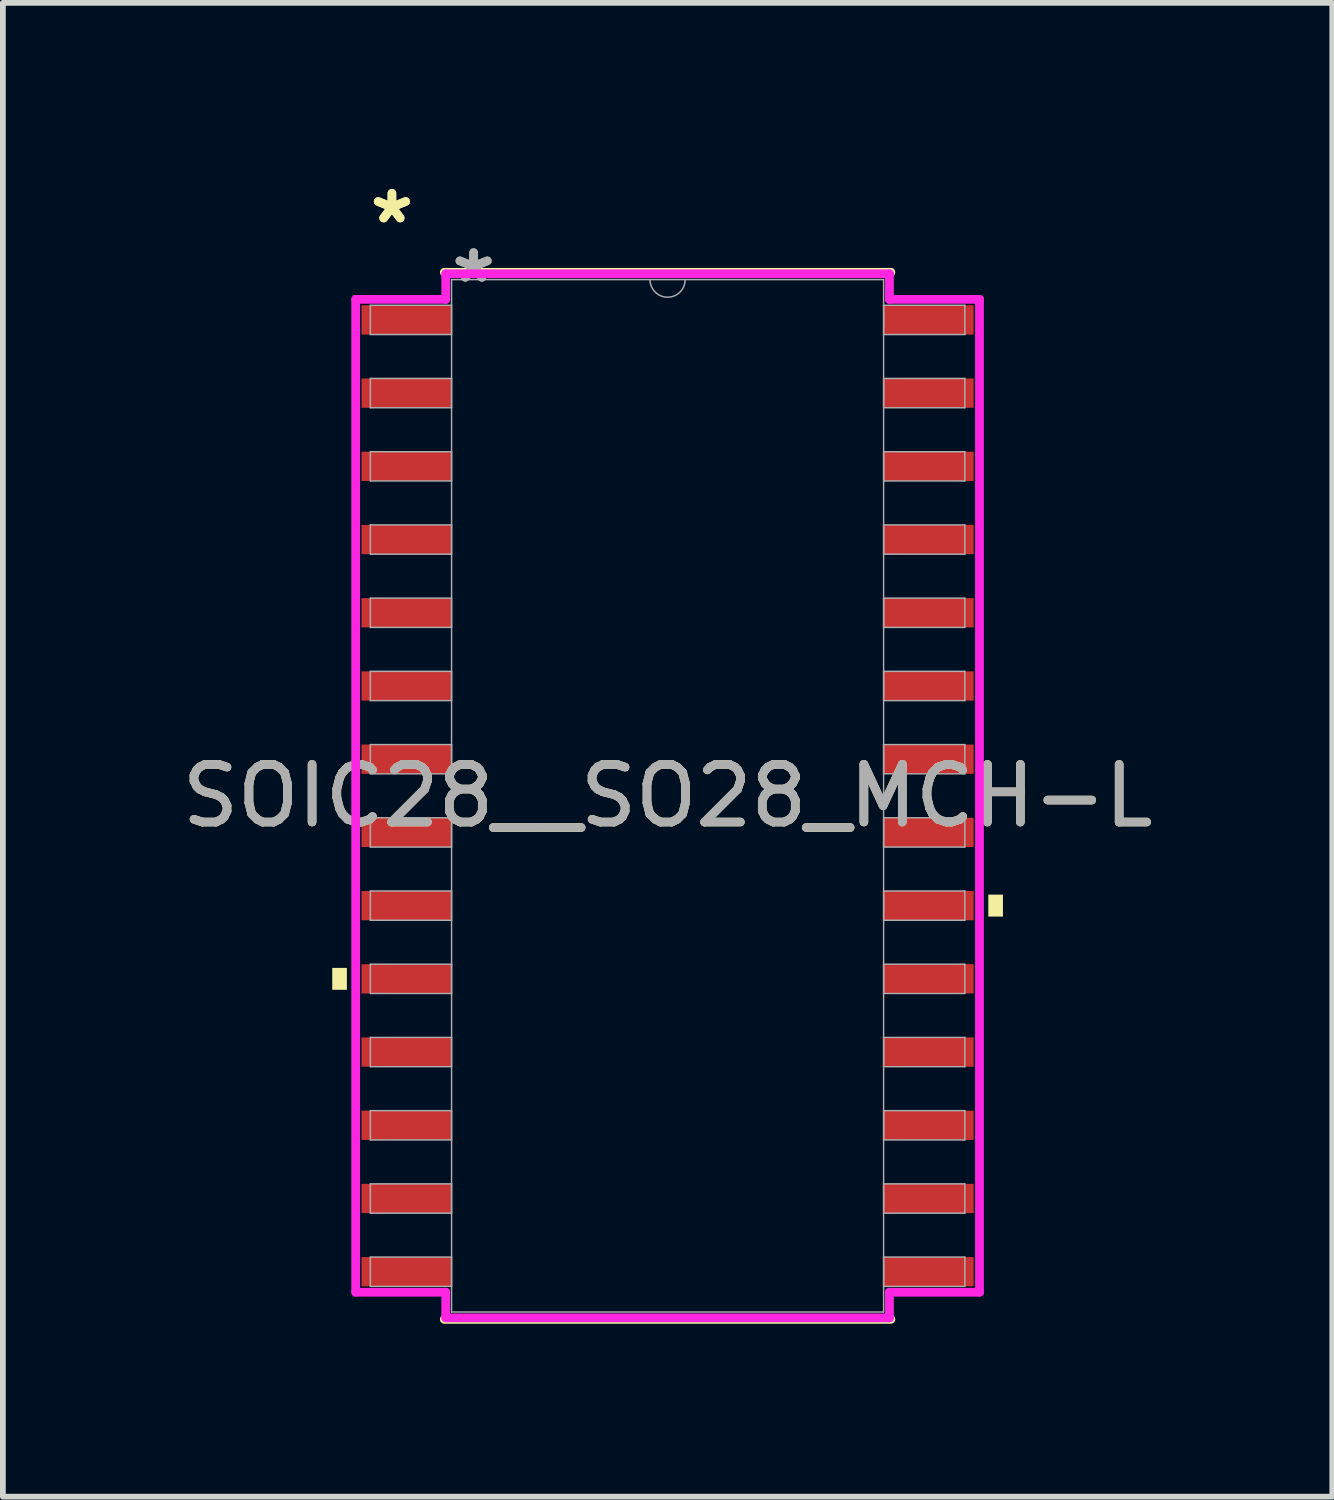
<source format=kicad_pcb>
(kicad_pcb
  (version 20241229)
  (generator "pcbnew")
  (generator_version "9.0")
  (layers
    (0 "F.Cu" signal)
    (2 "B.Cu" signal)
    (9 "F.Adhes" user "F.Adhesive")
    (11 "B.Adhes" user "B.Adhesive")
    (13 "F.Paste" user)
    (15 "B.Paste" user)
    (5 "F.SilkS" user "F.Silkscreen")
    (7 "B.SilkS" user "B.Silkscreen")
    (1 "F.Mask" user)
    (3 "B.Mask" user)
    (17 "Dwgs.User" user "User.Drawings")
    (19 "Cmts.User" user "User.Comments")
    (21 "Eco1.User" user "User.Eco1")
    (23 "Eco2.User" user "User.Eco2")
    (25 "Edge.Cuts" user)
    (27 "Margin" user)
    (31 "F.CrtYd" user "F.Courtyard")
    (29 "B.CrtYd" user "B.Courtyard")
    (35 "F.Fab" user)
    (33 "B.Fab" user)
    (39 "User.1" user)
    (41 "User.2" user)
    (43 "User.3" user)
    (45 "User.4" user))
  (footprint "SOIC28__SO28_MCH-L"
    (layer "F.Cu")
    (at 8.53 10.754)
    (property "Reference" "SOIC28__SO28_MCH-L" (at 0 0 0) (unlocked yes) (layer "F.SilkS") (effects (font (size 1 1) (thickness 0.15))))
    (attr smd)
    (fp_line (start -3.873 9.081) (end 3.873 9.081) (stroke (width 0.152) (type solid)) (layer "F.SilkS"))
    (fp_line (start 3.873 -9.081) (end -3.873 -9.081) (stroke (width 0.152) (type solid)) (layer "F.SilkS"))
    (fp_poly (pts (xy -5.817 2.985) (xy -5.817 3.365) (xy -5.563 3.365) (xy -5.563 2.985)) (stroke (width 0) (type solid)) (fill yes) (layer "F.SilkS"))
    (fp_poly (pts (xy 5.817 1.714) (xy 5.817 2.095) (xy 5.563 2.095) (xy 5.563 1.714)) (stroke (width 0) (type solid)) (fill yes) (layer "F.SilkS"))
    (fp_line (start -5.41 -8.611) (end -3.848 -8.611) (stroke (width 0.152) (type solid)) (layer "F.CrtYd"))
    (fp_line (start -5.41 8.611) (end -5.41 -8.611) (stroke (width 0.152) (type solid)) (layer "F.CrtYd"))
    (fp_line (start -5.41 8.611) (end -3.848 8.611) (stroke (width 0.152) (type solid)) (layer "F.CrtYd"))
    (fp_line (start -3.848 -9.055) (end 3.848 -9.055) (stroke (width 0.152) (type solid)) (layer "F.CrtYd"))
    (fp_line (start -3.848 -8.611) (end -3.848 -9.055) (stroke (width 0.152) (type solid)) (layer "F.CrtYd"))
    (fp_line (start -3.848 9.055) (end -3.848 8.611) (stroke (width 0.152) (type solid)) (layer "F.CrtYd"))
    (fp_line (start 3.848 -9.055) (end 3.848 -8.611) (stroke (width 0.152) (type solid)) (layer "F.CrtYd"))
    (fp_line (start 3.848 8.611) (end 3.848 9.055) (stroke (width 0.152) (type solid)) (layer "F.CrtYd"))
    (fp_line (start 3.848 9.055) (end -3.848 9.055) (stroke (width 0.152) (type solid)) (layer "F.CrtYd"))
    (fp_line (start 5.41 -8.611) (end 3.848 -8.611) (stroke (width 0.152) (type solid)) (layer "F.CrtYd"))
    (fp_line (start 5.41 -8.611) (end 5.41 8.611) (stroke (width 0.152) (type solid)) (layer "F.CrtYd"))
    (fp_line (start 5.41 8.611) (end 3.848 8.611) (stroke (width 0.152) (type solid)) (layer "F.CrtYd"))
    (fp_line (start -5.156 -8.509) (end -5.156 -8.001) (stroke (width 0.025) (type solid)) (layer "F.Fab"))
    (fp_line (start -5.156 -8.001) (end -3.747 -8.001) (stroke (width 0.025) (type solid)) (layer "F.Fab"))
    (fp_line (start -5.156 -7.239) (end -5.156 -6.731) (stroke (width 0.025) (type solid)) (layer "F.Fab"))
    (fp_line (start -5.156 -6.731) (end -3.747 -6.731) (stroke (width 0.025) (type solid)) (layer "F.Fab"))
    (fp_line (start -5.156 -5.969) (end -5.156 -5.461) (stroke (width 0.025) (type solid)) (layer "F.Fab"))
    (fp_line (start -5.156 -5.461) (end -3.747 -5.461) (stroke (width 0.025) (type solid)) (layer "F.Fab"))
    (fp_line (start -5.156 -4.699) (end -5.156 -4.191) (stroke (width 0.025) (type solid)) (layer "F.Fab"))
    (fp_line (start -5.156 -4.191) (end -3.747 -4.191) (stroke (width 0.025) (type solid)) (layer "F.Fab"))
    (fp_line (start -5.156 -3.429) (end -5.156 -2.921) (stroke (width 0.025) (type solid)) (layer "F.Fab"))
    (fp_line (start -5.156 -2.921) (end -3.747 -2.921) (stroke (width 0.025) (type solid)) (layer "F.Fab"))
    (fp_line (start -5.156 -2.159) (end -5.156 -1.651) (stroke (width 0.025) (type solid)) (layer "F.Fab"))
    (fp_line (start -5.156 -1.651) (end -3.747 -1.651) (stroke (width 0.025) (type solid)) (layer "F.Fab"))
    (fp_line (start -5.156 -0.889) (end -5.156 -0.381) (stroke (width 0.025) (type solid)) (layer "F.Fab"))
    (fp_line (start -5.156 -0.381) (end -3.747 -0.381) (stroke (width 0.025) (type solid)) (layer "F.Fab"))
    (fp_line (start -5.156 0.381) (end -5.156 0.889) (stroke (width 0.025) (type solid)) (layer "F.Fab"))
    (fp_line (start -5.156 0.889) (end -3.747 0.889) (stroke (width 0.025) (type solid)) (layer "F.Fab"))
    (fp_line (start -5.156 1.651) (end -5.156 2.159) (stroke (width 0.025) (type solid)) (layer "F.Fab"))
    (fp_line (start -5.156 2.159) (end -3.747 2.159) (stroke (width 0.025) (type solid)) (layer "F.Fab"))
    (fp_line (start -5.156 2.921) (end -5.156 3.429) (stroke (width 0.025) (type solid)) (layer "F.Fab"))
    (fp_line (start -5.156 3.429) (end -3.747 3.429) (stroke (width 0.025) (type solid)) (layer "F.Fab"))
    (fp_line (start -5.156 4.191) (end -5.156 4.699) (stroke (width 0.025) (type solid)) (layer "F.Fab"))
    (fp_line (start -5.156 4.699) (end -3.747 4.699) (stroke (width 0.025) (type solid)) (layer "F.Fab"))
    (fp_line (start -5.156 5.461) (end -5.156 5.969) (stroke (width 0.025) (type solid)) (layer "F.Fab"))
    (fp_line (start -5.156 5.969) (end -3.747 5.969) (stroke (width 0.025) (type solid)) (layer "F.Fab"))
    (fp_line (start -5.156 6.731) (end -5.156 7.239) (stroke (width 0.025) (type solid)) (layer "F.Fab"))
    (fp_line (start -5.156 7.239) (end -3.747 7.239) (stroke (width 0.025) (type solid)) (layer "F.Fab"))
    (fp_line (start -5.156 8.001) (end -5.156 8.509) (stroke (width 0.025) (type solid)) (layer "F.Fab"))
    (fp_line (start -5.156 8.509) (end -3.747 8.509) (stroke (width 0.025) (type solid)) (layer "F.Fab"))
    (fp_line (start -3.747 -8.954) (end -3.747 8.954) (stroke (width 0.025) (type solid)) (layer "F.Fab"))
    (fp_line (start -3.747 -8.509) (end -5.156 -8.509) (stroke (width 0.025) (type solid)) (layer "F.Fab"))
    (fp_line (start -3.747 -8.001) (end -3.747 -8.509) (stroke (width 0.025) (type solid)) (layer "F.Fab"))
    (fp_line (start -3.747 -7.239) (end -5.156 -7.239) (stroke (width 0.025) (type solid)) (layer "F.Fab"))
    (fp_line (start -3.747 -6.731) (end -3.747 -7.239) (stroke (width 0.025) (type solid)) (layer "F.Fab"))
    (fp_line (start -3.747 -5.969) (end -5.156 -5.969) (stroke (width 0.025) (type solid)) (layer "F.Fab"))
    (fp_line (start -3.747 -5.461) (end -3.747 -5.969) (stroke (width 0.025) (type solid)) (layer "F.Fab"))
    (fp_line (start -3.747 -4.699) (end -5.156 -4.699) (stroke (width 0.025) (type solid)) (layer "F.Fab"))
    (fp_line (start -3.747 -4.191) (end -3.747 -4.699) (stroke (width 0.025) (type solid)) (layer "F.Fab"))
    (fp_line (start -3.747 -3.429) (end -5.156 -3.429) (stroke (width 0.025) (type solid)) (layer "F.Fab"))
    (fp_line (start -3.747 -2.921) (end -3.747 -3.429) (stroke (width 0.025) (type solid)) (layer "F.Fab"))
    (fp_line (start -3.747 -2.159) (end -5.156 -2.159) (stroke (width 0.025) (type solid)) (layer "F.Fab"))
    (fp_line (start -3.747 -1.651) (end -3.747 -2.159) (stroke (width 0.025) (type solid)) (layer "F.Fab"))
    (fp_line (start -3.747 -0.889) (end -5.156 -0.889) (stroke (width 0.025) (type solid)) (layer "F.Fab"))
    (fp_line (start -3.747 -0.381) (end -3.747 -0.889) (stroke (width 0.025) (type solid)) (layer "F.Fab"))
    (fp_line (start -3.747 0.381) (end -5.156 0.381) (stroke (width 0.025) (type solid)) (layer "F.Fab"))
    (fp_line (start -3.747 0.889) (end -3.747 0.381) (stroke (width 0.025) (type solid)) (layer "F.Fab"))
    (fp_line (start -3.747 1.651) (end -5.156 1.651) (stroke (width 0.025) (type solid)) (layer "F.Fab"))
    (fp_line (start -3.747 2.159) (end -3.747 1.651) (stroke (width 0.025) (type solid)) (layer "F.Fab"))
    (fp_line (start -3.747 2.921) (end -5.156 2.921) (stroke (width 0.025) (type solid)) (layer "F.Fab"))
    (fp_line (start -3.747 3.429) (end -3.747 2.921) (stroke (width 0.025) (type solid)) (layer "F.Fab"))
    (fp_line (start -3.747 4.191) (end -5.156 4.191) (stroke (width 0.025) (type solid)) (layer "F.Fab"))
    (fp_line (start -3.747 4.699) (end -3.747 4.191) (stroke (width 0.025) (type solid)) (layer "F.Fab"))
    (fp_line (start -3.747 5.461) (end -5.156 5.461) (stroke (width 0.025) (type solid)) (layer "F.Fab"))
    (fp_line (start -3.747 5.969) (end -3.747 5.461) (stroke (width 0.025) (type solid)) (layer "F.Fab"))
    (fp_line (start -3.747 6.731) (end -5.156 6.731) (stroke (width 0.025) (type solid)) (layer "F.Fab"))
    (fp_line (start -3.747 7.239) (end -3.747 6.731) (stroke (width 0.025) (type solid)) (layer "F.Fab"))
    (fp_line (start -3.747 8.001) (end -5.156 8.001) (stroke (width 0.025) (type solid)) (layer "F.Fab"))
    (fp_line (start -3.747 8.509) (end -3.747 8.001) (stroke (width 0.025) (type solid)) (layer "F.Fab"))
    (fp_line (start -3.747 8.954) (end 3.747 8.954) (stroke (width 0.025) (type solid)) (layer "F.Fab"))
    (fp_line (start 3.747 -8.954) (end -3.747 -8.954) (stroke (width 0.025) (type solid)) (layer "F.Fab"))
    (fp_line (start 3.747 -8.509) (end 3.747 -8.001) (stroke (width 0.025) (type solid)) (layer "F.Fab"))
    (fp_line (start 3.747 -8.001) (end 5.156 -8.001) (stroke (width 0.025) (type solid)) (layer "F.Fab"))
    (fp_line (start 3.747 -7.239) (end 3.747 -6.731) (stroke (width 0.025) (type solid)) (layer "F.Fab"))
    (fp_line (start 3.747 -6.731) (end 5.156 -6.731) (stroke (width 0.025) (type solid)) (layer "F.Fab"))
    (fp_line (start 3.747 -5.969) (end 3.747 -5.461) (stroke (width 0.025) (type solid)) (layer "F.Fab"))
    (fp_line (start 3.747 -5.461) (end 5.156 -5.461) (stroke (width 0.025) (type solid)) (layer "F.Fab"))
    (fp_line (start 3.747 -4.699) (end 3.747 -4.191) (stroke (width 0.025) (type solid)) (layer "F.Fab"))
    (fp_line (start 3.747 -4.191) (end 5.156 -4.191) (stroke (width 0.025) (type solid)) (layer "F.Fab"))
    (fp_line (start 3.747 -3.429) (end 3.747 -2.921) (stroke (width 0.025) (type solid)) (layer "F.Fab"))
    (fp_line (start 3.747 -2.921) (end 5.156 -2.921) (stroke (width 0.025) (type solid)) (layer "F.Fab"))
    (fp_line (start 3.747 -2.159) (end 3.747 -1.651) (stroke (width 0.025) (type solid)) (layer "F.Fab"))
    (fp_line (start 3.747 -1.651) (end 5.156 -1.651) (stroke (width 0.025) (type solid)) (layer "F.Fab"))
    (fp_line (start 3.747 -0.889) (end 3.747 -0.381) (stroke (width 0.025) (type solid)) (layer "F.Fab"))
    (fp_line (start 3.747 -0.381) (end 5.156 -0.381) (stroke (width 0.025) (type solid)) (layer "F.Fab"))
    (fp_line (start 3.747 0.381) (end 3.747 0.889) (stroke (width 0.025) (type solid)) (layer "F.Fab"))
    (fp_line (start 3.747 0.889) (end 5.156 0.889) (stroke (width 0.025) (type solid)) (layer "F.Fab"))
    (fp_line (start 3.747 1.651) (end 3.747 2.159) (stroke (width 0.025) (type solid)) (layer "F.Fab"))
    (fp_line (start 3.747 2.159) (end 5.156 2.159) (stroke (width 0.025) (type solid)) (layer "F.Fab"))
    (fp_line (start 3.747 2.921) (end 3.747 3.429) (stroke (width 0.025) (type solid)) (layer "F.Fab"))
    (fp_line (start 3.747 3.429) (end 5.156 3.429) (stroke (width 0.025) (type solid)) (layer "F.Fab"))
    (fp_line (start 3.747 4.191) (end 3.747 4.699) (stroke (width 0.025) (type solid)) (layer "F.Fab"))
    (fp_line (start 3.747 4.699) (end 5.156 4.699) (stroke (width 0.025) (type solid)) (layer "F.Fab"))
    (fp_line (start 3.747 5.461) (end 3.747 5.969) (stroke (width 0.025) (type solid)) (layer "F.Fab"))
    (fp_line (start 3.747 5.969) (end 5.156 5.969) (stroke (width 0.025) (type solid)) (layer "F.Fab"))
    (fp_line (start 3.747 6.731) (end 3.747 7.239) (stroke (width 0.025) (type solid)) (layer "F.Fab"))
    (fp_line (start 3.747 7.239) (end 5.156 7.239) (stroke (width 0.025) (type solid)) (layer "F.Fab"))
    (fp_line (start 3.747 8.001) (end 3.747 8.509) (stroke (width 0.025) (type solid)) (layer "F.Fab"))
    (fp_line (start 3.747 8.509) (end 5.156 8.509) (stroke (width 0.025) (type solid)) (layer "F.Fab"))
    (fp_line (start 3.747 8.954) (end 3.747 -8.954) (stroke (width 0.025) (type solid)) (layer "F.Fab"))
    (fp_line (start 5.156 -8.509) (end 3.747 -8.509) (stroke (width 0.025) (type solid)) (layer "F.Fab"))
    (fp_line (start 5.156 -8.001) (end 5.156 -8.509) (stroke (width 0.025) (type solid)) (layer "F.Fab"))
    (fp_line (start 5.156 -7.239) (end 3.747 -7.239) (stroke (width 0.025) (type solid)) (layer "F.Fab"))
    (fp_line (start 5.156 -6.731) (end 5.156 -7.239) (stroke (width 0.025) (type solid)) (layer "F.Fab"))
    (fp_line (start 5.156 -5.969) (end 3.747 -5.969) (stroke (width 0.025) (type solid)) (layer "F.Fab"))
    (fp_line (start 5.156 -5.461) (end 5.156 -5.969) (stroke (width 0.025) (type solid)) (layer "F.Fab"))
    (fp_line (start 5.156 -4.699) (end 3.747 -4.699) (stroke (width 0.025) (type solid)) (layer "F.Fab"))
    (fp_line (start 5.156 -4.191) (end 5.156 -4.699) (stroke (width 0.025) (type solid)) (layer "F.Fab"))
    (fp_line (start 5.156 -3.429) (end 3.747 -3.429) (stroke (width 0.025) (type solid)) (layer "F.Fab"))
    (fp_line (start 5.156 -2.921) (end 5.156 -3.429) (stroke (width 0.025) (type solid)) (layer "F.Fab"))
    (fp_line (start 5.156 -2.159) (end 3.747 -2.159) (stroke (width 0.025) (type solid)) (layer "F.Fab"))
    (fp_line (start 5.156 -1.651) (end 5.156 -2.159) (stroke (width 0.025) (type solid)) (layer "F.Fab"))
    (fp_line (start 5.156 -0.889) (end 3.747 -0.889) (stroke (width 0.025) (type solid)) (layer "F.Fab"))
    (fp_line (start 5.156 -0.381) (end 5.156 -0.889) (stroke (width 0.025) (type solid)) (layer "F.Fab"))
    (fp_line (start 5.156 0.381) (end 3.747 0.381) (stroke (width 0.025) (type solid)) (layer "F.Fab"))
    (fp_line (start 5.156 0.889) (end 5.156 0.381) (stroke (width 0.025) (type solid)) (layer "F.Fab"))
    (fp_line (start 5.156 1.651) (end 3.747 1.651) (stroke (width 0.025) (type solid)) (layer "F.Fab"))
    (fp_line (start 5.156 2.159) (end 5.156 1.651) (stroke (width 0.025) (type solid)) (layer "F.Fab"))
    (fp_line (start 5.156 2.921) (end 3.747 2.921) (stroke (width 0.025) (type solid)) (layer "F.Fab"))
    (fp_line (start 5.156 3.429) (end 5.156 2.921) (stroke (width 0.025) (type solid)) (layer "F.Fab"))
    (fp_line (start 5.156 4.191) (end 3.747 4.191) (stroke (width 0.025) (type solid)) (layer "F.Fab"))
    (fp_line (start 5.156 4.699) (end 5.156 4.191) (stroke (width 0.025) (type solid)) (layer "F.Fab"))
    (fp_line (start 5.156 5.461) (end 3.747 5.461) (stroke (width 0.025) (type solid)) (layer "F.Fab"))
    (fp_line (start 5.156 5.969) (end 5.156 5.461) (stroke (width 0.025) (type solid)) (layer "F.Fab"))
    (fp_line (start 5.156 6.731) (end 3.747 6.731) (stroke (width 0.025) (type solid)) (layer "F.Fab"))
    (fp_line (start 5.156 7.239) (end 5.156 6.731) (stroke (width 0.025) (type solid)) (layer "F.Fab"))
    (fp_line (start 5.156 8.001) (end 3.747 8.001) (stroke (width 0.025) (type solid)) (layer "F.Fab"))
    (fp_line (start 5.156 8.509) (end 5.156 8.001) (stroke (width 0.025) (type solid)) (layer "F.Fab"))
    (fp_arc (start 0.3048 -8.9535) (mid 0 -8.6487) (end -0.3048 -8.9535) (stroke (width 0.0254) (type solid)) (layer "F.Fab"))
    (fp_text user "*" (at -4.782 -9.906 0) (layer "F.SilkS") (effects (font (size 1 1) (thickness 0.15))))
    (fp_text user "*" (at -4.782 -9.906 0) (unlocked yes) (layer "F.SilkS") (effects (font (size 1 1) (thickness 0.15))))
    (fp_text user "*" (at -3.365 -8.877 0) (unlocked yes) (layer "F.Fab") (effects (font (size 1 1) (thickness 0.15))))
    (fp_text user "*" (at -3.365 -8.877 0) (layer "F.Fab") (effects (font (size 1 1) (thickness 0.15))))
    (fp_text user "${REFERENCE}" (at 0 0 0) (unlocked yes) (layer "F.Fab") (effects (font (size 1 1) (thickness 0.15))))
    (pad "1" smd rect (at -4.528 -8.255) (size 1.562 0.508) (layers "F.Cu" "F.Mask" "F.Paste"))
    (pad "2" smd rect (at -4.528 -6.985) (size 1.562 0.508) (layers "F.Cu" "F.Mask" "F.Paste"))
    (pad "3" smd rect (at -4.528 -5.715) (size 1.562 0.508) (layers "F.Cu" "F.Mask" "F.Paste"))
    (pad "4" smd rect (at -4.528 -4.445) (size 1.562 0.508) (layers "F.Cu" "F.Mask" "F.Paste"))
    (pad "5" smd rect (at -4.528 -3.175) (size 1.562 0.508) (layers "F.Cu" "F.Mask" "F.Paste"))
    (pad "6" smd rect (at -4.528 -1.905) (size 1.562 0.508) (layers "F.Cu" "F.Mask" "F.Paste"))
    (pad "7" smd rect (at -4.528 -0.635) (size 1.562 0.508) (layers "F.Cu" "F.Mask" "F.Paste"))
    (pad "8" smd rect (at -4.528 0.635) (size 1.562 0.508) (layers "F.Cu" "F.Mask" "F.Paste"))
    (pad "9" smd rect (at -4.528 1.905) (size 1.562 0.508) (layers "F.Cu" "F.Mask" "F.Paste"))
    (pad "10" smd rect (at -4.528 3.175) (size 1.562 0.508) (layers "F.Cu" "F.Mask" "F.Paste"))
    (pad "11" smd rect (at -4.528 4.445) (size 1.562 0.508) (layers "F.Cu" "F.Mask" "F.Paste"))
    (pad "12" smd rect (at -4.528 5.715) (size 1.562 0.508) (layers "F.Cu" "F.Mask" "F.Paste"))
    (pad "13" smd rect (at -4.528 6.985) (size 1.562 0.508) (layers "F.Cu" "F.Mask" "F.Paste"))
    (pad "14" smd rect (at -4.528 8.255) (size 1.562 0.508) (layers "F.Cu" "F.Mask" "F.Paste"))
    (pad "15" smd rect (at 4.528 8.255) (size 1.562 0.508) (layers "F.Cu" "F.Mask" "F.Paste"))
    (pad "16" smd rect (at 4.528 6.985) (size 1.562 0.508) (layers "F.Cu" "F.Mask" "F.Paste"))
    (pad "17" smd rect (at 4.528 5.715) (size 1.562 0.508) (layers "F.Cu" "F.Mask" "F.Paste"))
    (pad "18" smd rect (at 4.528 4.445) (size 1.562 0.508) (layers "F.Cu" "F.Mask" "F.Paste"))
    (pad "19" smd rect (at 4.528 3.175) (size 1.562 0.508) (layers "F.Cu" "F.Mask" "F.Paste"))
    (pad "20" smd rect (at 4.528 1.905) (size 1.562 0.508) (layers "F.Cu" "F.Mask" "F.Paste"))
    (pad "21" smd rect (at 4.528 0.635) (size 1.562 0.508) (layers "F.Cu" "F.Mask" "F.Paste"))
    (pad "22" smd rect (at 4.528 -0.635) (size 1.562 0.508) (layers "F.Cu" "F.Mask" "F.Paste"))
    (pad "23" smd rect (at 4.528 -1.905) (size 1.562 0.508) (layers "F.Cu" "F.Mask" "F.Paste"))
    (pad "24" smd rect (at 4.528 -3.175) (size 1.562 0.508) (layers "F.Cu" "F.Mask" "F.Paste"))
    (pad "25" smd rect (at 4.528 -4.445) (size 1.562 0.508) (layers "F.Cu" "F.Mask" "F.Paste"))
    (pad "26" smd rect (at 4.528 -5.715) (size 1.562 0.508) (layers "F.Cu" "F.Mask" "F.Paste"))
    (pad "27" smd rect (at 4.528 -6.985) (size 1.562 0.508) (layers "F.Cu" "F.Mask" "F.Paste"))
    (pad "28" smd rect (at 4.528 -8.255) (size 1.562 0.508) (layers "F.Cu" "F.Mask" "F.Paste")))
  (gr_rect
    (start -3 -3)
    (end 20.06 22.911)
    (stroke (width 0.1) (type default))
    (fill no)
    (layer "Edge.Cuts")))
</source>
